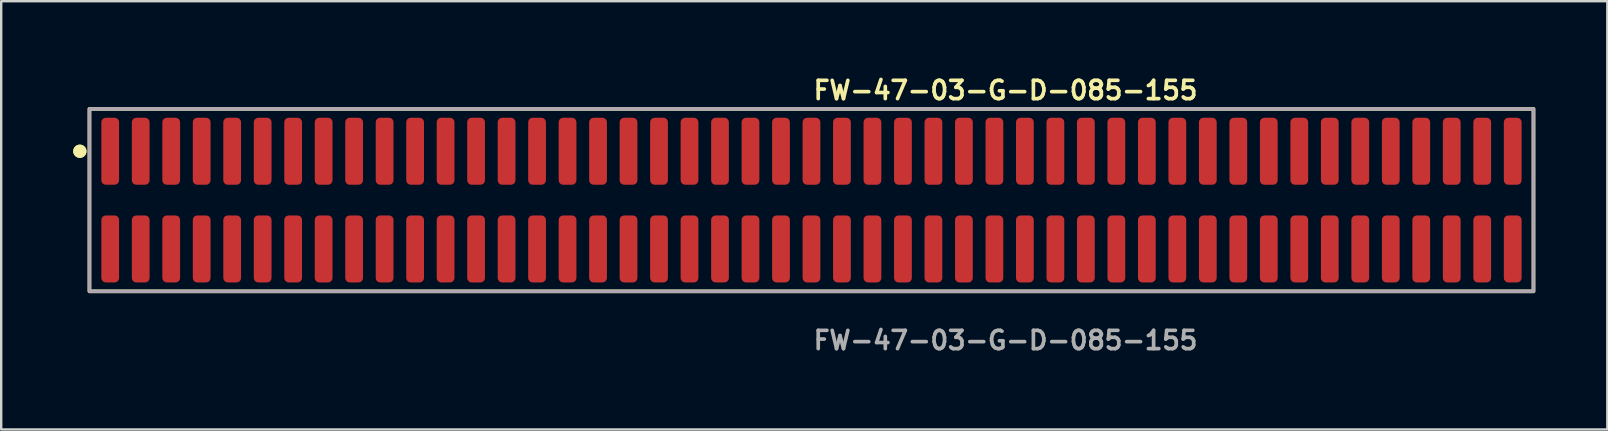
<source format=kicad_pcb>
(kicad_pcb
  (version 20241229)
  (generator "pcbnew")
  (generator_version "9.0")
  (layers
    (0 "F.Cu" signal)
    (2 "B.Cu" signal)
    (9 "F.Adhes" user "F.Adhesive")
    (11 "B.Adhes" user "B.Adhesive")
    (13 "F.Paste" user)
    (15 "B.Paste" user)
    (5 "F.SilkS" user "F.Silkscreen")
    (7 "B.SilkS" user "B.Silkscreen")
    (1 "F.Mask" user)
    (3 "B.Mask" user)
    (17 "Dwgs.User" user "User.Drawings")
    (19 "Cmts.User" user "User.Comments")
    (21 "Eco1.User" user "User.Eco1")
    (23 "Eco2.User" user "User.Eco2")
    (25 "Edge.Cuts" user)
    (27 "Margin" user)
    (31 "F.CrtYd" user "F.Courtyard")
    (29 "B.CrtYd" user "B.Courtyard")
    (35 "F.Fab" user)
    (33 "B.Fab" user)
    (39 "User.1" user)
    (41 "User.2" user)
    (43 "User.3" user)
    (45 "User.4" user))
  (footprint "FW-47-03-G-D-085-155"
    (layer "F.Cu")
    (at 30.751 5.285)
    (property "Reference" "FW-47-03-G-D-085-155" (at 0 -4.572 0) (unlocked yes) (layer "F.SilkS") (effects (font (size 0.762 0.762) (thickness 0.152)) (justify left)))
    (fp_rect (start -30.075 3.8) (end 30.075 -3.8) (stroke (width 0.152) (type solid)) (fill no) (layer "F.SilkS"))
    (fp_circle (center -30.475 -2.035) (end -30.675 -2.035) (stroke (width 0.152) (type solid)) (fill yes) (layer "F.SilkS"))
    (fp_circle (center -30.475 -2.035) (end -30.675 -2.035) (stroke (width 0.152) (type solid)) (fill yes) (layer "F.SilkS"))
    (fp_rect (start -30.075 3.8) (end 30.075 -3.8) (stroke (width 0.006) (type solid)) (fill no) (layer "F.CrtYd"))
    (fp_rect (start -30.075 3.8) (end 30.075 -3.8) (stroke (width 0.152) (type solid)) (fill no) (layer "F.Fab"))
    (fp_text user "${REFERENCE}" (at 0 5.842 0) (unlocked yes) (layer "F.Fab") (effects (font (size 0.762 0.762) (thickness 0.152)) (justify left)))
    (pad "1" smd roundrect (at -29.21 -2.035) (size 0.74 2.79) (layers "F.Cu" "F.Paste") (roundrect_rratio 0.25))
    (pad "2" smd roundrect (at -29.21 2.035) (size 0.74 2.79) (layers "F.Cu" "F.Paste") (roundrect_rratio 0.25))
    (pad "3" smd roundrect (at -27.94 -2.035) (size 0.74 2.79) (layers "F.Cu" "F.Paste") (roundrect_rratio 0.25))
    (pad "4" smd roundrect (at -27.94 2.035) (size 0.74 2.79) (layers "F.Cu" "F.Paste") (roundrect_rratio 0.25))
    (pad "5" smd roundrect (at -26.67 -2.035) (size 0.74 2.79) (layers "F.Cu" "F.Paste") (roundrect_rratio 0.25))
    (pad "6" smd roundrect (at -26.67 2.035) (size 0.74 2.79) (layers "F.Cu" "F.Paste") (roundrect_rratio 0.25))
    (pad "7" smd roundrect (at -25.4 -2.035) (size 0.74 2.79) (layers "F.Cu" "F.Paste") (roundrect_rratio 0.25))
    (pad "8" smd roundrect (at -25.4 2.035) (size 0.74 2.79) (layers "F.Cu" "F.Paste") (roundrect_rratio 0.25))
    (pad "9" smd roundrect (at -24.13 -2.035) (size 0.74 2.79) (layers "F.Cu" "F.Paste") (roundrect_rratio 0.25))
    (pad "10" smd roundrect (at -24.13 2.035) (size 0.74 2.79) (layers "F.Cu" "F.Paste") (roundrect_rratio 0.25))
    (pad "11" smd roundrect (at -22.86 -2.035) (size 0.74 2.79) (layers "F.Cu" "F.Paste") (roundrect_rratio 0.25))
    (pad "12" smd roundrect (at -22.86 2.035) (size 0.74 2.79) (layers "F.Cu" "F.Paste") (roundrect_rratio 0.25))
    (pad "13" smd roundrect (at -21.59 -2.035) (size 0.74 2.79) (layers "F.Cu" "F.Paste") (roundrect_rratio 0.25))
    (pad "14" smd roundrect (at -21.59 2.035) (size 0.74 2.79) (layers "F.Cu" "F.Paste") (roundrect_rratio 0.25))
    (pad "15" smd roundrect (at -20.32 -2.035) (size 0.74 2.79) (layers "F.Cu" "F.Paste") (roundrect_rratio 0.25))
    (pad "16" smd roundrect (at -20.32 2.035) (size 0.74 2.79) (layers "F.Cu" "F.Paste") (roundrect_rratio 0.25))
    (pad "17" smd roundrect (at -19.05 -2.035) (size 0.74 2.79) (layers "F.Cu" "F.Paste") (roundrect_rratio 0.25))
    (pad "18" smd roundrect (at -19.05 2.035) (size 0.74 2.79) (layers "F.Cu" "F.Paste") (roundrect_rratio 0.25))
    (pad "19" smd roundrect (at -17.78 -2.035) (size 0.74 2.79) (layers "F.Cu" "F.Paste") (roundrect_rratio 0.25))
    (pad "20" smd roundrect (at -17.78 2.035) (size 0.74 2.79) (layers "F.Cu" "F.Paste") (roundrect_rratio 0.25))
    (pad "21" smd roundrect (at -16.51 -2.035) (size 0.74 2.79) (layers "F.Cu" "F.Paste") (roundrect_rratio 0.25))
    (pad "22" smd roundrect (at -16.51 2.035) (size 0.74 2.79) (layers "F.Cu" "F.Paste") (roundrect_rratio 0.25))
    (pad "23" smd roundrect (at -15.24 -2.035) (size 0.74 2.79) (layers "F.Cu" "F.Paste") (roundrect_rratio 0.25))
    (pad "24" smd roundrect (at -15.24 2.035) (size 0.74 2.79) (layers "F.Cu" "F.Paste") (roundrect_rratio 0.25))
    (pad "25" smd roundrect (at -13.97 -2.035) (size 0.74 2.79) (layers "F.Cu" "F.Paste") (roundrect_rratio 0.25))
    (pad "26" smd roundrect (at -13.97 2.035) (size 0.74 2.79) (layers "F.Cu" "F.Paste") (roundrect_rratio 0.25))
    (pad "27" smd roundrect (at -12.7 -2.035) (size 0.74 2.79) (layers "F.Cu" "F.Paste") (roundrect_rratio 0.25))
    (pad "28" smd roundrect (at -12.7 2.035) (size 0.74 2.79) (layers "F.Cu" "F.Paste") (roundrect_rratio 0.25))
    (pad "29" smd roundrect (at -11.43 -2.035) (size 0.74 2.79) (layers "F.Cu" "F.Paste") (roundrect_rratio 0.25))
    (pad "30" smd roundrect (at -11.43 2.035) (size 0.74 2.79) (layers "F.Cu" "F.Paste") (roundrect_rratio 0.25))
    (pad "31" smd roundrect (at -10.16 -2.035) (size 0.74 2.79) (layers "F.Cu" "F.Paste") (roundrect_rratio 0.25))
    (pad "32" smd roundrect (at -10.16 2.035) (size 0.74 2.79) (layers "F.Cu" "F.Paste") (roundrect_rratio 0.25))
    (pad "33" smd roundrect (at -8.89 -2.035) (size 0.74 2.79) (layers "F.Cu" "F.Paste") (roundrect_rratio 0.25))
    (pad "34" smd roundrect (at -8.89 2.035) (size 0.74 2.79) (layers "F.Cu" "F.Paste") (roundrect_rratio 0.25))
    (pad "35" smd roundrect (at -7.62 -2.035) (size 0.74 2.79) (layers "F.Cu" "F.Paste") (roundrect_rratio 0.25))
    (pad "36" smd roundrect (at -7.62 2.035) (size 0.74 2.79) (layers "F.Cu" "F.Paste") (roundrect_rratio 0.25))
    (pad "37" smd roundrect (at -6.35 -2.035) (size 0.74 2.79) (layers "F.Cu" "F.Paste") (roundrect_rratio 0.25))
    (pad "38" smd roundrect (at -6.35 2.035) (size 0.74 2.79) (layers "F.Cu" "F.Paste") (roundrect_rratio 0.25))
    (pad "39" smd roundrect (at -5.08 -2.035) (size 0.74 2.79) (layers "F.Cu" "F.Paste") (roundrect_rratio 0.25))
    (pad "40" smd roundrect (at -5.08 2.035) (size 0.74 2.79) (layers "F.Cu" "F.Paste") (roundrect_rratio 0.25))
    (pad "41" smd roundrect (at -3.81 -2.035) (size 0.74 2.79) (layers "F.Cu" "F.Paste") (roundrect_rratio 0.25))
    (pad "42" smd roundrect (at -3.81 2.035) (size 0.74 2.79) (layers "F.Cu" "F.Paste") (roundrect_rratio 0.25))
    (pad "43" smd roundrect (at -2.54 -2.035) (size 0.74 2.79) (layers "F.Cu" "F.Paste") (roundrect_rratio 0.25))
    (pad "44" smd roundrect (at -2.54 2.035) (size 0.74 2.79) (layers "F.Cu" "F.Paste") (roundrect_rratio 0.25))
    (pad "45" smd roundrect (at -1.27 -2.035) (size 0.74 2.79) (layers "F.Cu" "F.Paste") (roundrect_rratio 0.25))
    (pad "46" smd roundrect (at -1.27 2.035) (size 0.74 2.79) (layers "F.Cu" "F.Paste") (roundrect_rratio 0.25))
    (pad "47" smd roundrect (at 0 -2.035) (size 0.74 2.79) (layers "F.Cu" "F.Paste") (roundrect_rratio 0.25))
    (pad "48" smd roundrect (at 0 2.035) (size 0.74 2.79) (layers "F.Cu" "F.Paste") (roundrect_rratio 0.25))
    (pad "49" smd roundrect (at 1.27 -2.035) (size 0.74 2.79) (layers "F.Cu" "F.Paste") (roundrect_rratio 0.25))
    (pad "50" smd roundrect (at 1.27 2.035) (size 0.74 2.79) (layers "F.Cu" "F.Paste") (roundrect_rratio 0.25))
    (pad "51" smd roundrect (at 2.54 -2.035) (size 0.74 2.79) (layers "F.Cu" "F.Paste") (roundrect_rratio 0.25))
    (pad "52" smd roundrect (at 2.54 2.035) (size 0.74 2.79) (layers "F.Cu" "F.Paste") (roundrect_rratio 0.25))
    (pad "53" smd roundrect (at 3.81 -2.035) (size 0.74 2.79) (layers "F.Cu" "F.Paste") (roundrect_rratio 0.25))
    (pad "54" smd roundrect (at 3.81 2.035) (size 0.74 2.79) (layers "F.Cu" "F.Paste") (roundrect_rratio 0.25))
    (pad "55" smd roundrect (at 5.08 -2.035) (size 0.74 2.79) (layers "F.Cu" "F.Paste") (roundrect_rratio 0.25))
    (pad "56" smd roundrect (at 5.08 2.035) (size 0.74 2.79) (layers "F.Cu" "F.Paste") (roundrect_rratio 0.25))
    (pad "57" smd roundrect (at 6.35 -2.035) (size 0.74 2.79) (layers "F.Cu" "F.Paste") (roundrect_rratio 0.25))
    (pad "58" smd roundrect (at 6.35 2.035) (size 0.74 2.79) (layers "F.Cu" "F.Paste") (roundrect_rratio 0.25))
    (pad "59" smd roundrect (at 7.62 -2.035) (size 0.74 2.79) (layers "F.Cu" "F.Paste") (roundrect_rratio 0.25))
    (pad "60" smd roundrect (at 7.62 2.035) (size 0.74 2.79) (layers "F.Cu" "F.Paste") (roundrect_rratio 0.25))
    (pad "61" smd roundrect (at 8.89 -2.035) (size 0.74 2.79) (layers "F.Cu" "F.Paste") (roundrect_rratio 0.25))
    (pad "62" smd roundrect (at 8.89 2.035) (size 0.74 2.79) (layers "F.Cu" "F.Paste") (roundrect_rratio 0.25))
    (pad "63" smd roundrect (at 10.16 -2.035) (size 0.74 2.79) (layers "F.Cu" "F.Paste") (roundrect_rratio 0.25))
    (pad "64" smd roundrect (at 10.16 2.035) (size 0.74 2.79) (layers "F.Cu" "F.Paste") (roundrect_rratio 0.25))
    (pad "65" smd roundrect (at 11.43 -2.035) (size 0.74 2.79) (layers "F.Cu" "F.Paste") (roundrect_rratio 0.25))
    (pad "66" smd roundrect (at 11.43 2.035) (size 0.74 2.79) (layers "F.Cu" "F.Paste") (roundrect_rratio 0.25))
    (pad "67" smd roundrect (at 12.7 -2.035) (size 0.74 2.79) (layers "F.Cu" "F.Paste") (roundrect_rratio 0.25))
    (pad "68" smd roundrect (at 12.7 2.035) (size 0.74 2.79) (layers "F.Cu" "F.Paste") (roundrect_rratio 0.25))
    (pad "69" smd roundrect (at 13.97 -2.035) (size 0.74 2.79) (layers "F.Cu" "F.Paste") (roundrect_rratio 0.25))
    (pad "70" smd roundrect (at 13.97 2.035) (size 0.74 2.79) (layers "F.Cu" "F.Paste") (roundrect_rratio 0.25))
    (pad "71" smd roundrect (at 15.24 -2.035) (size 0.74 2.79) (layers "F.Cu" "F.Paste") (roundrect_rratio 0.25))
    (pad "72" smd roundrect (at 15.24 2.035) (size 0.74 2.79) (layers "F.Cu" "F.Paste") (roundrect_rratio 0.25))
    (pad "73" smd roundrect (at 16.51 -2.035) (size 0.74 2.79) (layers "F.Cu" "F.Paste") (roundrect_rratio 0.25))
    (pad "74" smd roundrect (at 16.51 2.035) (size 0.74 2.79) (layers "F.Cu" "F.Paste") (roundrect_rratio 0.25))
    (pad "75" smd roundrect (at 17.78 -2.035) (size 0.74 2.79) (layers "F.Cu" "F.Paste") (roundrect_rratio 0.25))
    (pad "76" smd roundrect (at 17.78 2.035) (size 0.74 2.79) (layers "F.Cu" "F.Paste") (roundrect_rratio 0.25))
    (pad "77" smd roundrect (at 19.05 -2.035) (size 0.74 2.79) (layers "F.Cu" "F.Paste") (roundrect_rratio 0.25))
    (pad "78" smd roundrect (at 19.05 2.035) (size 0.74 2.79) (layers "F.Cu" "F.Paste") (roundrect_rratio 0.25))
    (pad "79" smd roundrect (at 20.32 -2.035) (size 0.74 2.79) (layers "F.Cu" "F.Paste") (roundrect_rratio 0.25))
    (pad "80" smd roundrect (at 20.32 2.035) (size 0.74 2.79) (layers "F.Cu" "F.Paste") (roundrect_rratio 0.25))
    (pad "81" smd roundrect (at 21.59 -2.035) (size 0.74 2.79) (layers "F.Cu" "F.Paste") (roundrect_rratio 0.25))
    (pad "82" smd roundrect (at 21.59 2.035) (size 0.74 2.79) (layers "F.Cu" "F.Paste") (roundrect_rratio 0.25))
    (pad "83" smd roundrect (at 22.86 -2.035) (size 0.74 2.79) (layers "F.Cu" "F.Paste") (roundrect_rratio 0.25))
    (pad "84" smd roundrect (at 22.86 2.035) (size 0.74 2.79) (layers "F.Cu" "F.Paste") (roundrect_rratio 0.25))
    (pad "85" smd roundrect (at 24.13 -2.035) (size 0.74 2.79) (layers "F.Cu" "F.Paste") (roundrect_rratio 0.25))
    (pad "86" smd roundrect (at 24.13 2.035) (size 0.74 2.79) (layers "F.Cu" "F.Paste") (roundrect_rratio 0.25))
    (pad "87" smd roundrect (at 25.4 -2.035) (size 0.74 2.79) (layers "F.Cu" "F.Paste") (roundrect_rratio 0.25))
    (pad "88" smd roundrect (at 25.4 2.035) (size 0.74 2.79) (layers "F.Cu" "F.Paste") (roundrect_rratio 0.25))
    (pad "89" smd roundrect (at 26.67 -2.035) (size 0.74 2.79) (layers "F.Cu" "F.Paste") (roundrect_rratio 0.25))
    (pad "90" smd roundrect (at 26.67 2.035) (size 0.74 2.79) (layers "F.Cu" "F.Paste") (roundrect_rratio 0.25))
    (pad "91" smd roundrect (at 27.94 -2.035) (size 0.74 2.79) (layers "F.Cu" "F.Paste") (roundrect_rratio 0.25))
    (pad "92" smd roundrect (at 27.94 2.035) (size 0.74 2.79) (layers "F.Cu" "F.Paste") (roundrect_rratio 0.25))
    (pad "93" smd roundrect (at 29.21 -2.035) (size 0.74 2.79) (layers "F.Cu" "F.Paste") (roundrect_rratio 0.25))
    (pad "94" smd roundrect (at 29.21 2.035) (size 0.74 2.79) (layers "F.Cu" "F.Paste") (roundrect_rratio 0.25)))
  (gr_rect
    (start -3 -3)
    (end 63.902 14.84)
    (stroke (width 0.1) (type default))
    (fill no)
    (layer "Edge.Cuts")))
</source>
